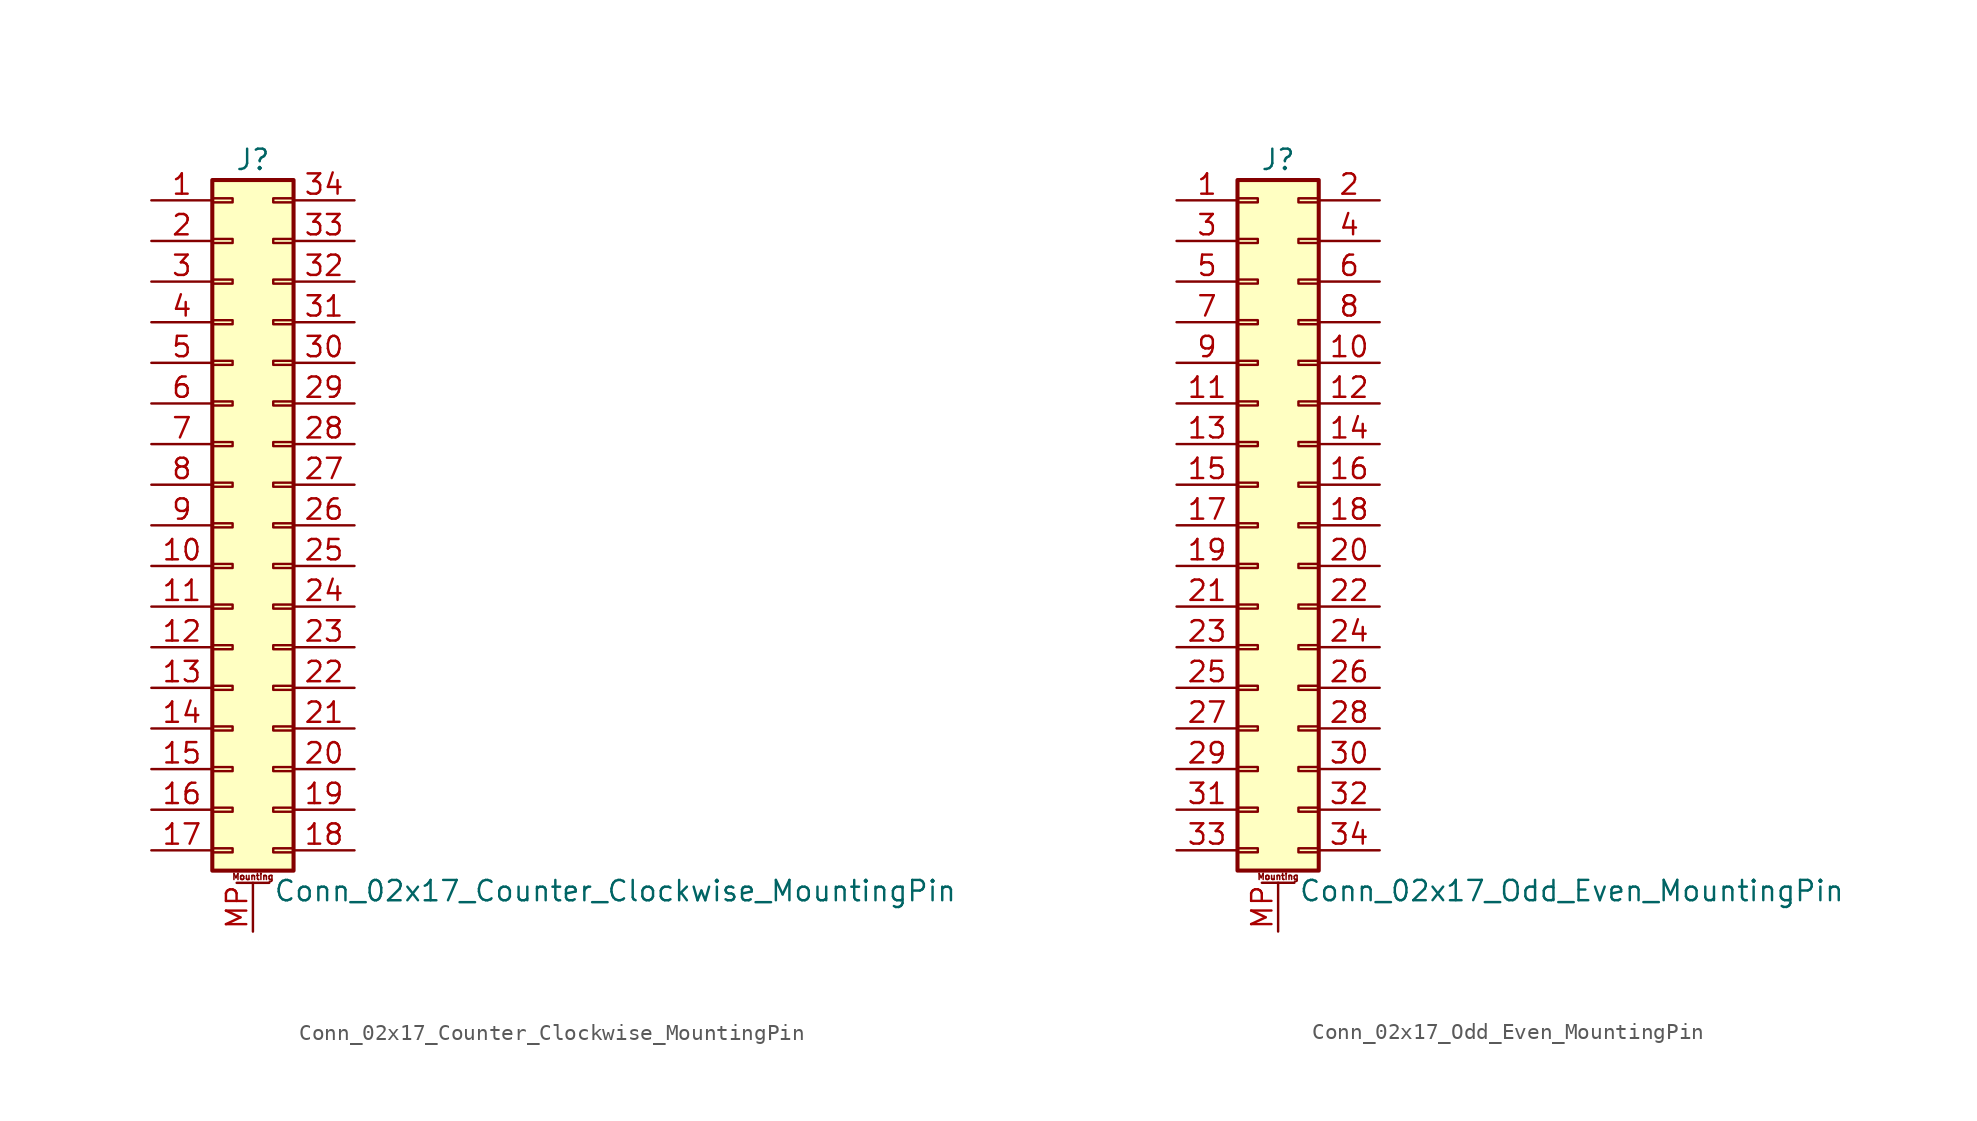
<source format=kicad_sym>
(kicad_symbol_lib
  (version 20220914)
  (generator kicad_symbol_editor)
  (symbol "Conn_02x17_Counter_Clockwise_MountingPin"
    (pin_names
      (offset 1.016) hide)
    (property "Reference" "J"
      (at 1.27 22.86 0)
      (effects (font (size 1.27 1.27))))
    (property "Value" "Conn_02x17_Counter_Clockwise_MountingPin"
      (at 2.54 -22.86 0)
      (effects (font (size 1.27 1.27)) (justify left)))
    (symbol "Conn_02x17_Counter_Clockwise_MountingPin_1_1"
      (rectangle (start -1.27 -20.193) (end 0 -20.447) (stroke (width 0.152) (type default)) (fill (type none)))
      (rectangle (start -1.27 -17.653) (end 0 -17.907) (stroke (width 0.152) (type default)) (fill (type none)))
      (rectangle (start -1.27 -15.113) (end 0 -15.367) (stroke (width 0.152) (type default)) (fill (type none)))
      (rectangle (start -1.27 -12.573) (end 0 -12.827) (stroke (width 0.152) (type default)) (fill (type none)))
      (rectangle (start -1.27 -10.033) (end 0 -10.287) (stroke (width 0.152) (type default)) (fill (type none)))
      (rectangle (start -1.27 -7.493) (end 0 -7.747) (stroke (width 0.152) (type default)) (fill (type none)))
      (rectangle (start -1.27 -4.953) (end 0 -5.207) (stroke (width 0.152) (type default)) (fill (type none)))
      (rectangle (start -1.27 -2.413) (end 0 -2.667) (stroke (width 0.152) (type default)) (fill (type none)))
      (rectangle (start -1.27 0.127) (end 0 -0.127) (stroke (width 0.152) (type default)) (fill (type none)))
      (rectangle (start -1.27 2.667) (end 0 2.413) (stroke (width 0.152) (type default)) (fill (type none)))
      (rectangle (start -1.27 5.207) (end 0 4.953) (stroke (width 0.152) (type default)) (fill (type none)))
      (rectangle (start -1.27 7.747) (end 0 7.493) (stroke (width 0.152) (type default)) (fill (type none)))
      (rectangle (start -1.27 10.287) (end 0 10.033) (stroke (width 0.152) (type default)) (fill (type none)))
      (rectangle (start -1.27 12.827) (end 0 12.573) (stroke (width 0.152) (type default)) (fill (type none)))
      (rectangle (start -1.27 15.367) (end 0 15.113) (stroke (width 0.152) (type default)) (fill (type none)))
      (rectangle (start -1.27 17.907) (end 0 17.653) (stroke (width 0.152) (type default)) (fill (type none)))
      (rectangle (start -1.27 20.447) (end 0 20.193) (stroke (width 0.152) (type default)) (fill (type none)))
      (rectangle (start -1.27 21.59) (end 3.81 -21.59) (stroke (width 0.254) (type default)) (fill (type background)))
      (polyline (pts (xy 0.254 -22.352) (xy 2.286 -22.352)) (stroke (width 0.152) (type default)) (fill (type none)))
      (rectangle (start 3.81 -20.193) (end 2.54 -20.447) (stroke (width 0.152) (type default)) (fill (type none)))
      (rectangle (start 3.81 -17.653) (end 2.54 -17.907) (stroke (width 0.152) (type default)) (fill (type none)))
      (rectangle (start 3.81 -15.113) (end 2.54 -15.367) (stroke (width 0.152) (type default)) (fill (type none)))
      (rectangle (start 3.81 -12.573) (end 2.54 -12.827) (stroke (width 0.152) (type default)) (fill (type none)))
      (rectangle (start 3.81 -10.033) (end 2.54 -10.287) (stroke (width 0.152) (type default)) (fill (type none)))
      (rectangle (start 3.81 -7.493) (end 2.54 -7.747) (stroke (width 0.152) (type default)) (fill (type none)))
      (rectangle (start 3.81 -4.953) (end 2.54 -5.207) (stroke (width 0.152) (type default)) (fill (type none)))
      (rectangle (start 3.81 -2.413) (end 2.54 -2.667) (stroke (width 0.152) (type default)) (fill (type none)))
      (rectangle (start 3.81 0.127) (end 2.54 -0.127) (stroke (width 0.152) (type default)) (fill (type none)))
      (rectangle (start 3.81 2.667) (end 2.54 2.413) (stroke (width 0.152) (type default)) (fill (type none)))
      (rectangle (start 3.81 5.207) (end 2.54 4.953) (stroke (width 0.152) (type default)) (fill (type none)))
      (rectangle (start 3.81 7.747) (end 2.54 7.493) (stroke (width 0.152) (type default)) (fill (type none)))
      (rectangle (start 3.81 10.287) (end 2.54 10.033) (stroke (width 0.152) (type default)) (fill (type none)))
      (rectangle (start 3.81 12.827) (end 2.54 12.573) (stroke (width 0.152) (type default)) (fill (type none)))
      (rectangle (start 3.81 15.367) (end 2.54 15.113) (stroke (width 0.152) (type default)) (fill (type none)))
      (rectangle (start 3.81 17.907) (end 2.54 17.653) (stroke (width 0.152) (type default)) (fill (type none)))
      (rectangle (start 3.81 20.447) (end 2.54 20.193) (stroke (width 0.152) (type default)) (fill (type none)))
      (text "Mounting" (at 1.27 -21.971 0) (effects (font (size 0.381 0.381))))
      (pin passive line (at -5.08 20.32 0) (length 3.81) (name "Pin_1" (effects (font (size 1.27 1.27)))) (number "1" (effects (font (size 1.27 1.27)))))
      (pin passive line (at -5.08 -2.54 0) (length 3.81) (name "Pin_10" (effects (font (size 1.27 1.27)))) (number "10" (effects (font (size 1.27 1.27)))))
      (pin passive line (at -5.08 -5.08 0) (length 3.81) (name "Pin_11" (effects (font (size 1.27 1.27)))) (number "11" (effects (font (size 1.27 1.27)))))
      (pin passive line (at -5.08 -7.62 0) (length 3.81) (name "Pin_12" (effects (font (size 1.27 1.27)))) (number "12" (effects (font (size 1.27 1.27)))))
      (pin passive line (at -5.08 -10.16 0) (length 3.81) (name "Pin_13" (effects (font (size 1.27 1.27)))) (number "13" (effects (font (size 1.27 1.27)))))
      (pin passive line (at -5.08 -12.7 0) (length 3.81) (name "Pin_14" (effects (font (size 1.27 1.27)))) (number "14" (effects (font (size 1.27 1.27)))))
      (pin passive line (at -5.08 -15.24 0) (length 3.81) (name "Pin_15" (effects (font (size 1.27 1.27)))) (number "15" (effects (font (size 1.27 1.27)))))
      (pin passive line (at -5.08 -17.78 0) (length 3.81) (name "Pin_16" (effects (font (size 1.27 1.27)))) (number "16" (effects (font (size 1.27 1.27)))))
      (pin passive line (at -5.08 -20.32 0) (length 3.81) (name "Pin_17" (effects (font (size 1.27 1.27)))) (number "17" (effects (font (size 1.27 1.27)))))
      (pin passive line (at 7.62 -20.32 180) (length 3.81) (name "Pin_18" (effects (font (size 1.27 1.27)))) (number "18" (effects (font (size 1.27 1.27)))))
      (pin passive line (at 7.62 -17.78 180) (length 3.81) (name "Pin_19" (effects (font (size 1.27 1.27)))) (number "19" (effects (font (size 1.27 1.27)))))
      (pin passive line (at -5.08 17.78 0) (length 3.81) (name "Pin_2" (effects (font (size 1.27 1.27)))) (number "2" (effects (font (size 1.27 1.27)))))
      (pin passive line (at 7.62 -15.24 180) (length 3.81) (name "Pin_20" (effects (font (size 1.27 1.27)))) (number "20" (effects (font (size 1.27 1.27)))))
      (pin passive line (at 7.62 -12.7 180) (length 3.81) (name "Pin_21" (effects (font (size 1.27 1.27)))) (number "21" (effects (font (size 1.27 1.27)))))
      (pin passive line (at 7.62 -10.16 180) (length 3.81) (name "Pin_22" (effects (font (size 1.27 1.27)))) (number "22" (effects (font (size 1.27 1.27)))))
      (pin passive line (at 7.62 -7.62 180) (length 3.81) (name "Pin_23" (effects (font (size 1.27 1.27)))) (number "23" (effects (font (size 1.27 1.27)))))
      (pin passive line (at 7.62 -5.08 180) (length 3.81) (name "Pin_24" (effects (font (size 1.27 1.27)))) (number "24" (effects (font (size 1.27 1.27)))))
      (pin passive line (at 7.62 -2.54 180) (length 3.81) (name "Pin_25" (effects (font (size 1.27 1.27)))) (number "25" (effects (font (size 1.27 1.27)))))
      (pin passive line (at 7.62 0 180) (length 3.81) (name "Pin_26" (effects (font (size 1.27 1.27)))) (number "26" (effects (font (size 1.27 1.27)))))
      (pin passive line (at 7.62 2.54 180) (length 3.81) (name "Pin_27" (effects (font (size 1.27 1.27)))) (number "27" (effects (font (size 1.27 1.27)))))
      (pin passive line (at 7.62 5.08 180) (length 3.81) (name "Pin_28" (effects (font (size 1.27 1.27)))) (number "28" (effects (font (size 1.27 1.27)))))
      (pin passive line (at 7.62 7.62 180) (length 3.81) (name "Pin_29" (effects (font (size 1.27 1.27)))) (number "29" (effects (font (size 1.27 1.27)))))
      (pin passive line (at -5.08 15.24 0) (length 3.81) (name "Pin_3" (effects (font (size 1.27 1.27)))) (number "3" (effects (font (size 1.27 1.27)))))
      (pin passive line (at 7.62 10.16 180) (length 3.81) (name "Pin_30" (effects (font (size 1.27 1.27)))) (number "30" (effects (font (size 1.27 1.27)))))
      (pin passive line (at 7.62 12.7 180) (length 3.81) (name "Pin_31" (effects (font (size 1.27 1.27)))) (number "31" (effects (font (size 1.27 1.27)))))
      (pin passive line (at 7.62 15.24 180) (length 3.81) (name "Pin_32" (effects (font (size 1.27 1.27)))) (number "32" (effects (font (size 1.27 1.27)))))
      (pin passive line (at 7.62 17.78 180) (length 3.81) (name "Pin_33" (effects (font (size 1.27 1.27)))) (number "33" (effects (font (size 1.27 1.27)))))
      (pin passive line (at 7.62 20.32 180) (length 3.81) (name "Pin_34" (effects (font (size 1.27 1.27)))) (number "34" (effects (font (size 1.27 1.27)))))
      (pin passive line (at -5.08 12.7 0) (length 3.81) (name "Pin_4" (effects (font (size 1.27 1.27)))) (number "4" (effects (font (size 1.27 1.27)))))
      (pin passive line (at -5.08 10.16 0) (length 3.81) (name "Pin_5" (effects (font (size 1.27 1.27)))) (number "5" (effects (font (size 1.27 1.27)))))
      (pin passive line (at -5.08 7.62 0) (length 3.81) (name "Pin_6" (effects (font (size 1.27 1.27)))) (number "6" (effects (font (size 1.27 1.27)))))
      (pin passive line (at -5.08 5.08 0) (length 3.81) (name "Pin_7" (effects (font (size 1.27 1.27)))) (number "7" (effects (font (size 1.27 1.27)))))
      (pin passive line (at -5.08 2.54 0) (length 3.81) (name "Pin_8" (effects (font (size 1.27 1.27)))) (number "8" (effects (font (size 1.27 1.27)))))
      (pin passive line (at -5.08 0 0) (length 3.81) (name "Pin_9" (effects (font (size 1.27 1.27)))) (number "9" (effects (font (size 1.27 1.27)))))
      (pin passive line (at 1.27 -25.4 90) (length 3.048) (name "MountPin" (effects (font (size 1.27 1.27)))) (number "MP" (effects (font (size 1.27 1.27)))))))
  (symbol "Conn_02x17_Odd_Even_MountingPin"
    (pin_names
      (offset 1.016) hide)
    (property "Reference" "J"
      (at 1.27 22.86 0)
      (effects (font (size 1.27 1.27))))
    (property "Value" "Conn_02x17_Odd_Even_MountingPin"
      (at 2.54 -22.86 0)
      (effects (font (size 1.27 1.27)) (justify left)))
    (symbol "Conn_02x17_Odd_Even_MountingPin_1_1"
      (rectangle (start -1.27 -20.193) (end 0 -20.447) (stroke (width 0.152) (type default)) (fill (type none)))
      (rectangle (start -1.27 -17.653) (end 0 -17.907) (stroke (width 0.152) (type default)) (fill (type none)))
      (rectangle (start -1.27 -15.113) (end 0 -15.367) (stroke (width 0.152) (type default)) (fill (type none)))
      (rectangle (start -1.27 -12.573) (end 0 -12.827) (stroke (width 0.152) (type default)) (fill (type none)))
      (rectangle (start -1.27 -10.033) (end 0 -10.287) (stroke (width 0.152) (type default)) (fill (type none)))
      (rectangle (start -1.27 -7.493) (end 0 -7.747) (stroke (width 0.152) (type default)) (fill (type none)))
      (rectangle (start -1.27 -4.953) (end 0 -5.207) (stroke (width 0.152) (type default)) (fill (type none)))
      (rectangle (start -1.27 -2.413) (end 0 -2.667) (stroke (width 0.152) (type default)) (fill (type none)))
      (rectangle (start -1.27 0.127) (end 0 -0.127) (stroke (width 0.152) (type default)) (fill (type none)))
      (rectangle (start -1.27 2.667) (end 0 2.413) (stroke (width 0.152) (type default)) (fill (type none)))
      (rectangle (start -1.27 5.207) (end 0 4.953) (stroke (width 0.152) (type default)) (fill (type none)))
      (rectangle (start -1.27 7.747) (end 0 7.493) (stroke (width 0.152) (type default)) (fill (type none)))
      (rectangle (start -1.27 10.287) (end 0 10.033) (stroke (width 0.152) (type default)) (fill (type none)))
      (rectangle (start -1.27 12.827) (end 0 12.573) (stroke (width 0.152) (type default)) (fill (type none)))
      (rectangle (start -1.27 15.367) (end 0 15.113) (stroke (width 0.152) (type default)) (fill (type none)))
      (rectangle (start -1.27 17.907) (end 0 17.653) (stroke (width 0.152) (type default)) (fill (type none)))
      (rectangle (start -1.27 20.447) (end 0 20.193) (stroke (width 0.152) (type default)) (fill (type none)))
      (rectangle (start -1.27 21.59) (end 3.81 -21.59) (stroke (width 0.254) (type default)) (fill (type background)))
      (polyline (pts (xy 0.254 -22.352) (xy 2.286 -22.352)) (stroke (width 0.152) (type default)) (fill (type none)))
      (rectangle (start 3.81 -20.193) (end 2.54 -20.447) (stroke (width 0.152) (type default)) (fill (type none)))
      (rectangle (start 3.81 -17.653) (end 2.54 -17.907) (stroke (width 0.152) (type default)) (fill (type none)))
      (rectangle (start 3.81 -15.113) (end 2.54 -15.367) (stroke (width 0.152) (type default)) (fill (type none)))
      (rectangle (start 3.81 -12.573) (end 2.54 -12.827) (stroke (width 0.152) (type default)) (fill (type none)))
      (rectangle (start 3.81 -10.033) (end 2.54 -10.287) (stroke (width 0.152) (type default)) (fill (type none)))
      (rectangle (start 3.81 -7.493) (end 2.54 -7.747) (stroke (width 0.152) (type default)) (fill (type none)))
      (rectangle (start 3.81 -4.953) (end 2.54 -5.207) (stroke (width 0.152) (type default)) (fill (type none)))
      (rectangle (start 3.81 -2.413) (end 2.54 -2.667) (stroke (width 0.152) (type default)) (fill (type none)))
      (rectangle (start 3.81 0.127) (end 2.54 -0.127) (stroke (width 0.152) (type default)) (fill (type none)))
      (rectangle (start 3.81 2.667) (end 2.54 2.413) (stroke (width 0.152) (type default)) (fill (type none)))
      (rectangle (start 3.81 5.207) (end 2.54 4.953) (stroke (width 0.152) (type default)) (fill (type none)))
      (rectangle (start 3.81 7.747) (end 2.54 7.493) (stroke (width 0.152) (type default)) (fill (type none)))
      (rectangle (start 3.81 10.287) (end 2.54 10.033) (stroke (width 0.152) (type default)) (fill (type none)))
      (rectangle (start 3.81 12.827) (end 2.54 12.573) (stroke (width 0.152) (type default)) (fill (type none)))
      (rectangle (start 3.81 15.367) (end 2.54 15.113) (stroke (width 0.152) (type default)) (fill (type none)))
      (rectangle (start 3.81 17.907) (end 2.54 17.653) (stroke (width 0.152) (type default)) (fill (type none)))
      (rectangle (start 3.81 20.447) (end 2.54 20.193) (stroke (width 0.152) (type default)) (fill (type none)))
      (text "Mounting" (at 1.27 -21.971 0) (effects (font (size 0.381 0.381))))
      (pin passive line (at -5.08 20.32 0) (length 3.81) (name "Pin_1" (effects (font (size 1.27 1.27)))) (number "1" (effects (font (size 1.27 1.27)))))
      (pin passive line (at 7.62 10.16 180) (length 3.81) (name "Pin_10" (effects (font (size 1.27 1.27)))) (number "10" (effects (font (size 1.27 1.27)))))
      (pin passive line (at -5.08 7.62 0) (length 3.81) (name "Pin_11" (effects (font (size 1.27 1.27)))) (number "11" (effects (font (size 1.27 1.27)))))
      (pin passive line (at 7.62 7.62 180) (length 3.81) (name "Pin_12" (effects (font (size 1.27 1.27)))) (number "12" (effects (font (size 1.27 1.27)))))
      (pin passive line (at -5.08 5.08 0) (length 3.81) (name "Pin_13" (effects (font (size 1.27 1.27)))) (number "13" (effects (font (size 1.27 1.27)))))
      (pin passive line (at 7.62 5.08 180) (length 3.81) (name "Pin_14" (effects (font (size 1.27 1.27)))) (number "14" (effects (font (size 1.27 1.27)))))
      (pin passive line (at -5.08 2.54 0) (length 3.81) (name "Pin_15" (effects (font (size 1.27 1.27)))) (number "15" (effects (font (size 1.27 1.27)))))
      (pin passive line (at 7.62 2.54 180) (length 3.81) (name "Pin_16" (effects (font (size 1.27 1.27)))) (number "16" (effects (font (size 1.27 1.27)))))
      (pin passive line (at -5.08 0 0) (length 3.81) (name "Pin_17" (effects (font (size 1.27 1.27)))) (number "17" (effects (font (size 1.27 1.27)))))
      (pin passive line (at 7.62 0 180) (length 3.81) (name "Pin_18" (effects (font (size 1.27 1.27)))) (number "18" (effects (font (size 1.27 1.27)))))
      (pin passive line (at -5.08 -2.54 0) (length 3.81) (name "Pin_19" (effects (font (size 1.27 1.27)))) (number "19" (effects (font (size 1.27 1.27)))))
      (pin passive line (at 7.62 20.32 180) (length 3.81) (name "Pin_2" (effects (font (size 1.27 1.27)))) (number "2" (effects (font (size 1.27 1.27)))))
      (pin passive line (at 7.62 -2.54 180) (length 3.81) (name "Pin_20" (effects (font (size 1.27 1.27)))) (number "20" (effects (font (size 1.27 1.27)))))
      (pin passive line (at -5.08 -5.08 0) (length 3.81) (name "Pin_21" (effects (font (size 1.27 1.27)))) (number "21" (effects (font (size 1.27 1.27)))))
      (pin passive line (at 7.62 -5.08 180) (length 3.81) (name "Pin_22" (effects (font (size 1.27 1.27)))) (number "22" (effects (font (size 1.27 1.27)))))
      (pin passive line (at -5.08 -7.62 0) (length 3.81) (name "Pin_23" (effects (font (size 1.27 1.27)))) (number "23" (effects (font (size 1.27 1.27)))))
      (pin passive line (at 7.62 -7.62 180) (length 3.81) (name "Pin_24" (effects (font (size 1.27 1.27)))) (number "24" (effects (font (size 1.27 1.27)))))
      (pin passive line (at -5.08 -10.16 0) (length 3.81) (name "Pin_25" (effects (font (size 1.27 1.27)))) (number "25" (effects (font (size 1.27 1.27)))))
      (pin passive line (at 7.62 -10.16 180) (length 3.81) (name "Pin_26" (effects (font (size 1.27 1.27)))) (number "26" (effects (font (size 1.27 1.27)))))
      (pin passive line (at -5.08 -12.7 0) (length 3.81) (name "Pin_27" (effects (font (size 1.27 1.27)))) (number "27" (effects (font (size 1.27 1.27)))))
      (pin passive line (at 7.62 -12.7 180) (length 3.81) (name "Pin_28" (effects (font (size 1.27 1.27)))) (number "28" (effects (font (size 1.27 1.27)))))
      (pin passive line (at -5.08 -15.24 0) (length 3.81) (name "Pin_29" (effects (font (size 1.27 1.27)))) (number "29" (effects (font (size 1.27 1.27)))))
      (pin passive line (at -5.08 17.78 0) (length 3.81) (name "Pin_3" (effects (font (size 1.27 1.27)))) (number "3" (effects (font (size 1.27 1.27)))))
      (pin passive line (at 7.62 -15.24 180) (length 3.81) (name "Pin_30" (effects (font (size 1.27 1.27)))) (number "30" (effects (font (size 1.27 1.27)))))
      (pin passive line (at -5.08 -17.78 0) (length 3.81) (name "Pin_31" (effects (font (size 1.27 1.27)))) (number "31" (effects (font (size 1.27 1.27)))))
      (pin passive line (at 7.62 -17.78 180) (length 3.81) (name "Pin_32" (effects (font (size 1.27 1.27)))) (number "32" (effects (font (size 1.27 1.27)))))
      (pin passive line (at -5.08 -20.32 0) (length 3.81) (name "Pin_33" (effects (font (size 1.27 1.27)))) (number "33" (effects (font (size 1.27 1.27)))))
      (pin passive line (at 7.62 -20.32 180) (length 3.81) (name "Pin_34" (effects (font (size 1.27 1.27)))) (number "34" (effects (font (size 1.27 1.27)))))
      (pin passive line (at 7.62 17.78 180) (length 3.81) (name "Pin_4" (effects (font (size 1.27 1.27)))) (number "4" (effects (font (size 1.27 1.27)))))
      (pin passive line (at -5.08 15.24 0) (length 3.81) (name "Pin_5" (effects (font (size 1.27 1.27)))) (number "5" (effects (font (size 1.27 1.27)))))
      (pin passive line (at 7.62 15.24 180) (length 3.81) (name "Pin_6" (effects (font (size 1.27 1.27)))) (number "6" (effects (font (size 1.27 1.27)))))
      (pin passive line (at -5.08 12.7 0) (length 3.81) (name "Pin_7" (effects (font (size 1.27 1.27)))) (number "7" (effects (font (size 1.27 1.27)))))
      (pin passive line (at 7.62 12.7 180) (length 3.81) (name "Pin_8" (effects (font (size 1.27 1.27)))) (number "8" (effects (font (size 1.27 1.27)))))
      (pin passive line (at -5.08 10.16 0) (length 3.81) (name "Pin_9" (effects (font (size 1.27 1.27)))) (number "9" (effects (font (size 1.27 1.27)))))
      (pin passive line (at 1.27 -25.4 90) (length 3.048) (name "MountPin" (effects (font (size 1.27 1.27)))) (number "MP" (effects (font (size 1.27 1.27))))))))
</source>
